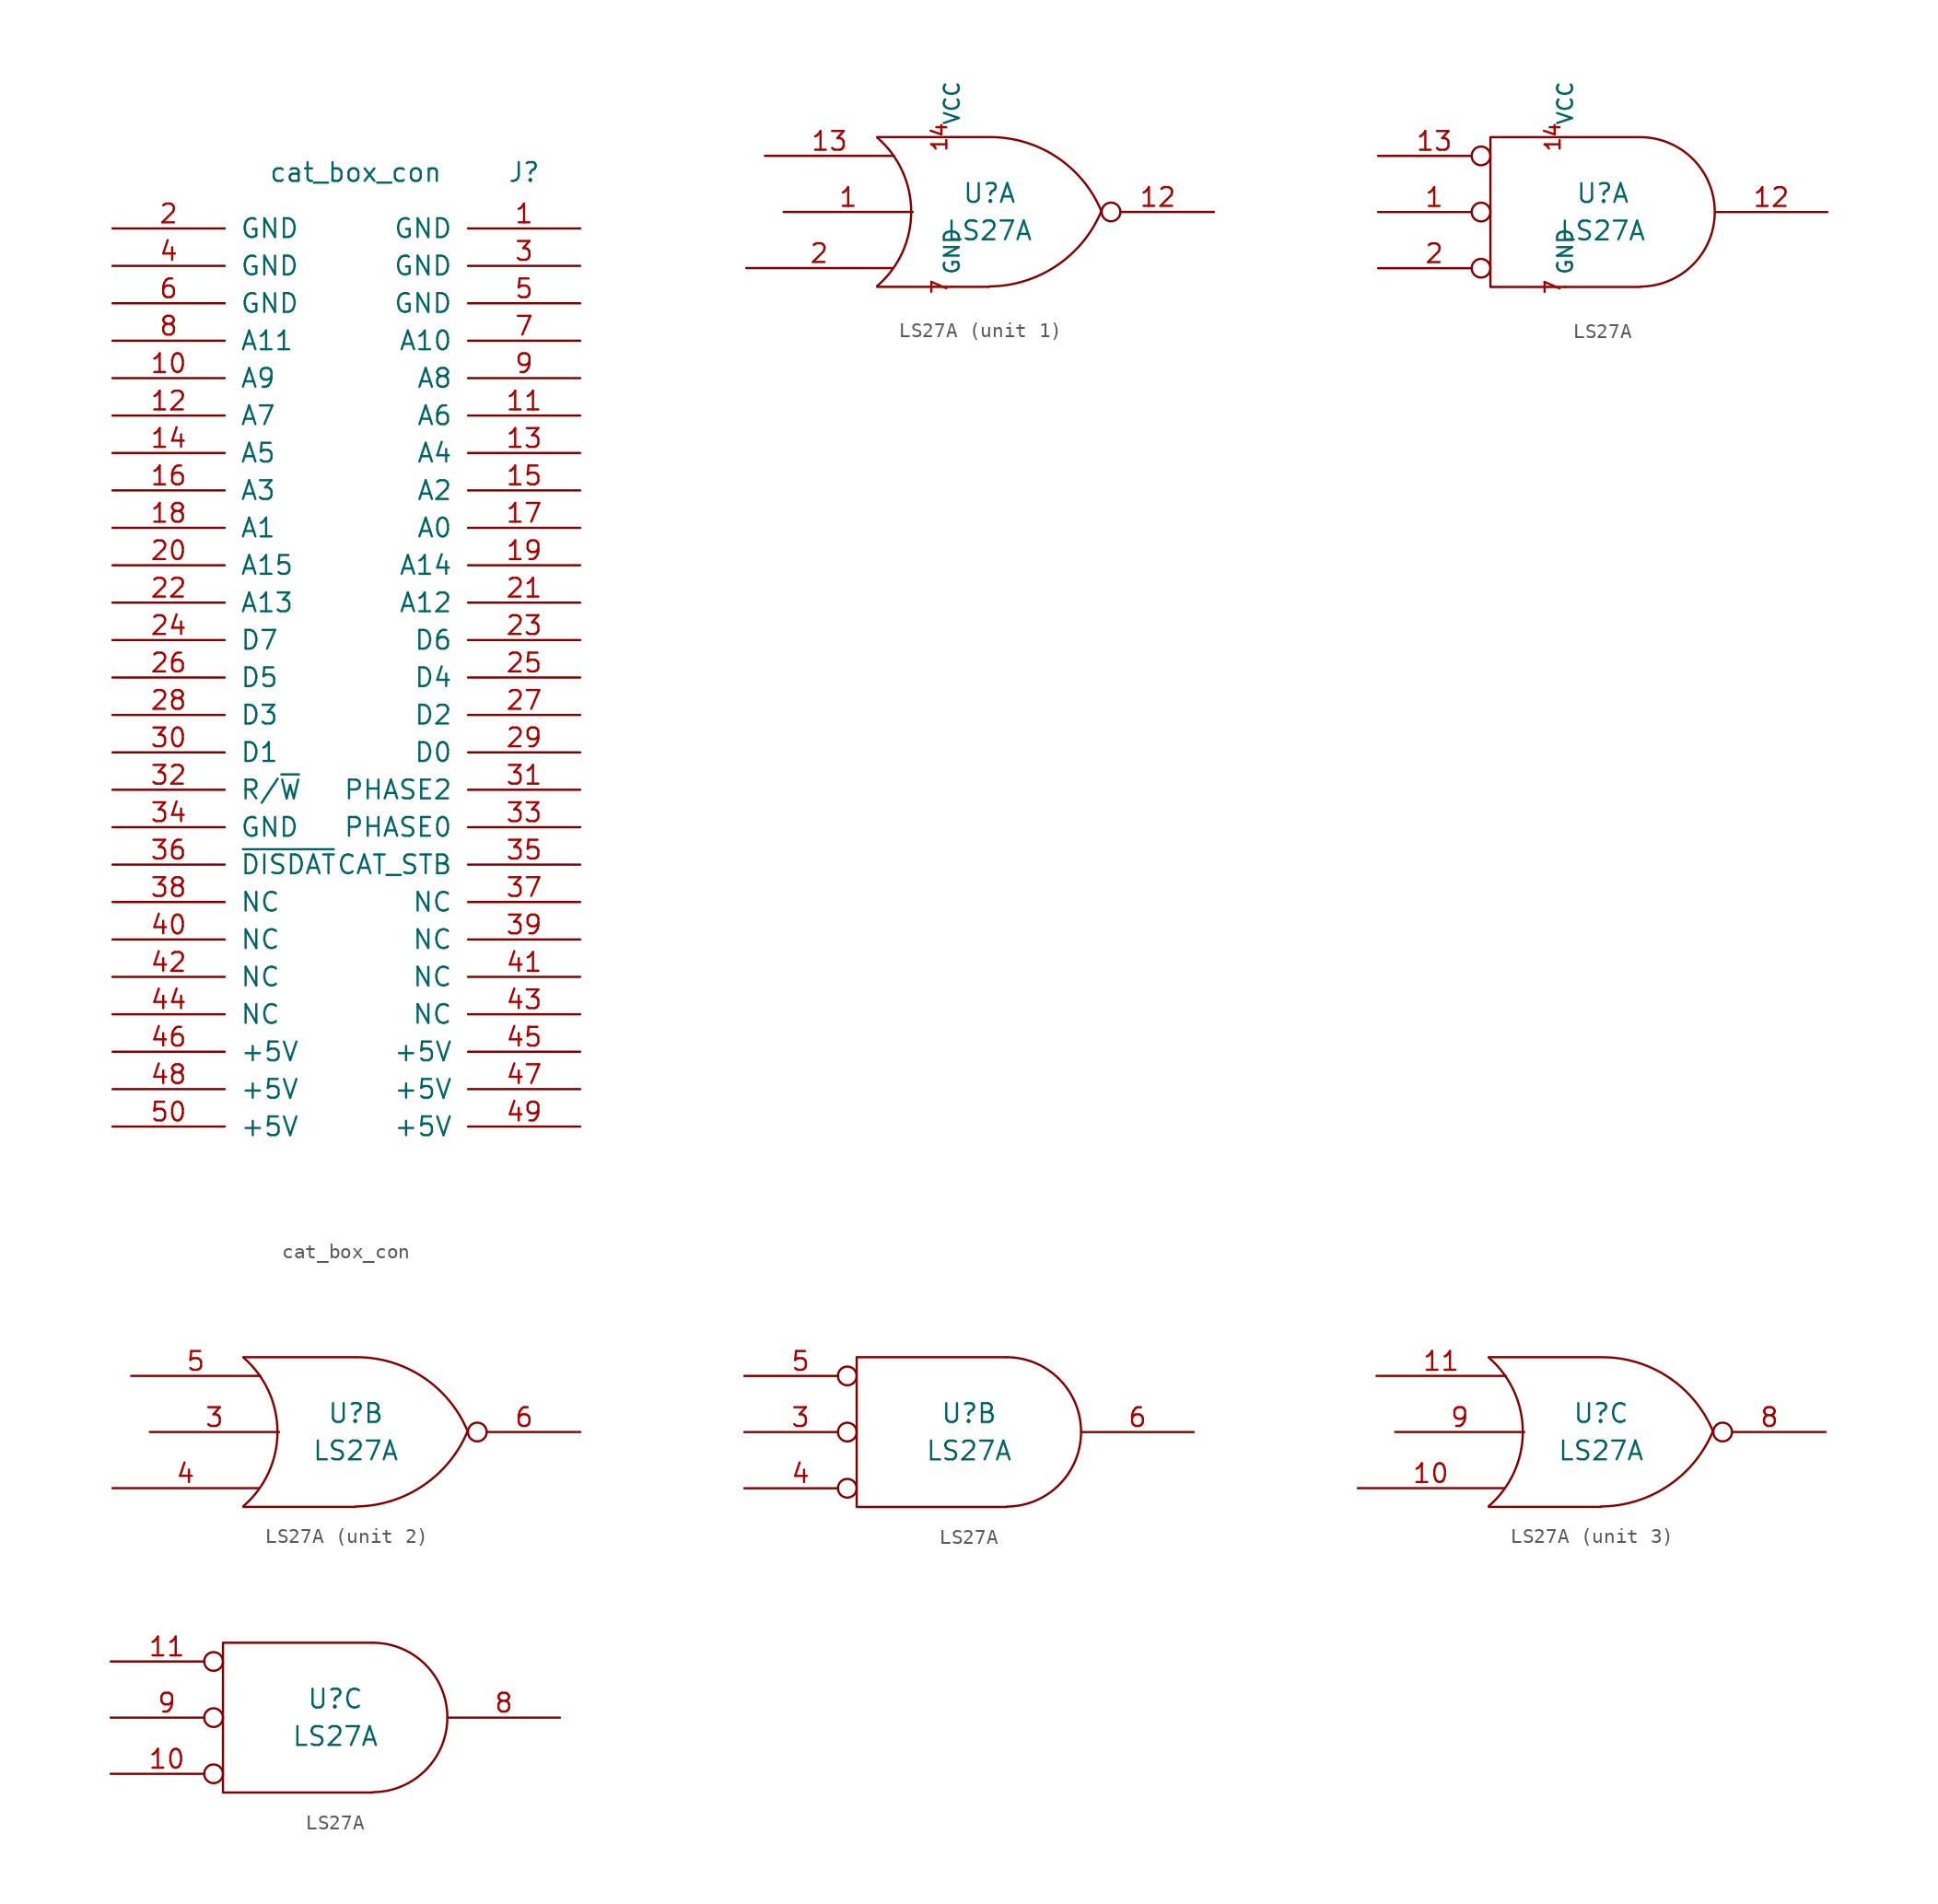
<source format=kicad_sym>
(kicad_symbol_lib
  (version 20211014)
  (generator kicad_symbol_editor)
  (symbol "cat_box_con"
    (pin_names
      (offset 1.016))
    (property "Reference" "J"
      (at 11.43 33.02 0)
      (effects (font (size 1.27 1.27))))
    (property "Value" "cat_box_con"
      (at 0 33.02 0)
      (effects (font (size 1.27 1.27))))
    (symbol "cat_box_con_1_1"
      (pin passive line (at 15.24 29.21 180) (length 7.62) (name "GND" (effects (font (size 1.27 1.27)))) (number "1" (effects (font (size 1.27 1.27)))))
      (pin passive line (at -16.51 19.05 0) (length 7.62) (name "A9" (effects (font (size 1.27 1.27)))) (number "10" (effects (font (size 1.27 1.27)))))
      (pin passive line (at 15.24 16.51 180) (length 7.62) (name "A6" (effects (font (size 1.27 1.27)))) (number "11" (effects (font (size 1.27 1.27)))))
      (pin passive line (at -16.51 16.51 0) (length 7.62) (name "A7" (effects (font (size 1.27 1.27)))) (number "12" (effects (font (size 1.27 1.27)))))
      (pin passive line (at 15.24 13.97 180) (length 7.62) (name "A4" (effects (font (size 1.27 1.27)))) (number "13" (effects (font (size 1.27 1.27)))))
      (pin passive line (at -16.51 13.97 0) (length 7.62) (name "A5" (effects (font (size 1.27 1.27)))) (number "14" (effects (font (size 1.27 1.27)))))
      (pin passive line (at 15.24 11.43 180) (length 7.62) (name "A2" (effects (font (size 1.27 1.27)))) (number "15" (effects (font (size 1.27 1.27)))))
      (pin passive line (at -16.51 11.43 0) (length 7.62) (name "A3" (effects (font (size 1.27 1.27)))) (number "16" (effects (font (size 1.27 1.27)))))
      (pin passive line (at 15.24 8.89 180) (length 7.62) (name "A0" (effects (font (size 1.27 1.27)))) (number "17" (effects (font (size 1.27 1.27)))))
      (pin passive line (at -16.51 8.89 0) (length 7.62) (name "A1" (effects (font (size 1.27 1.27)))) (number "18" (effects (font (size 1.27 1.27)))))
      (pin passive line (at 15.24 6.35 180) (length 7.62) (name "A14" (effects (font (size 1.27 1.27)))) (number "19" (effects (font (size 1.27 1.27)))))
      (pin passive line (at -16.51 29.21 0) (length 7.62) (name "GND" (effects (font (size 1.27 1.27)))) (number "2" (effects (font (size 1.27 1.27)))))
      (pin passive line (at -16.51 6.35 0) (length 7.62) (name "A15" (effects (font (size 1.27 1.27)))) (number "20" (effects (font (size 1.27 1.27)))))
      (pin passive line (at 15.24 3.81 180) (length 7.62) (name "A12" (effects (font (size 1.27 1.27)))) (number "21" (effects (font (size 1.27 1.27)))))
      (pin passive line (at -16.51 3.81 0) (length 7.62) (name "A13" (effects (font (size 1.27 1.27)))) (number "22" (effects (font (size 1.27 1.27)))))
      (pin passive line (at 15.24 1.27 180) (length 7.62) (name "D6" (effects (font (size 1.27 1.27)))) (number "23" (effects (font (size 1.27 1.27)))))
      (pin passive line (at -16.51 1.27 0) (length 7.62) (name "D7" (effects (font (size 1.27 1.27)))) (number "24" (effects (font (size 1.27 1.27)))))
      (pin passive line (at 15.24 -1.27 180) (length 7.62) (name "D4" (effects (font (size 1.27 1.27)))) (number "25" (effects (font (size 1.27 1.27)))))
      (pin passive line (at -16.51 -1.27 0) (length 7.62) (name "D5" (effects (font (size 1.27 1.27)))) (number "26" (effects (font (size 1.27 1.27)))))
      (pin passive line (at 15.24 -3.81 180) (length 7.62) (name "D2" (effects (font (size 1.27 1.27)))) (number "27" (effects (font (size 1.27 1.27)))))
      (pin passive line (at -16.51 -3.81 0) (length 7.62) (name "D3" (effects (font (size 1.27 1.27)))) (number "28" (effects (font (size 1.27 1.27)))))
      (pin passive line (at 15.24 -6.35 180) (length 7.62) (name "D0" (effects (font (size 1.27 1.27)))) (number "29" (effects (font (size 1.27 1.27)))))
      (pin passive line (at 15.24 26.67 180) (length 7.62) (name "GND" (effects (font (size 1.27 1.27)))) (number "3" (effects (font (size 1.27 1.27)))))
      (pin passive line (at -16.51 -6.35 0) (length 7.62) (name "D1" (effects (font (size 1.27 1.27)))) (number "30" (effects (font (size 1.27 1.27)))))
      (pin passive line (at 15.24 -8.89 180) (length 7.62) (name "PHASE2" (effects (font (size 1.27 1.27)))) (number "31" (effects (font (size 1.27 1.27)))))
      (pin passive line (at -16.51 -8.89 0) (length 7.62) (name "R/~{W}" (effects (font (size 1.27 1.27)))) (number "32" (effects (font (size 1.27 1.27)))))
      (pin passive line (at 15.24 -11.43 180) (length 7.62) (name "PHASE0" (effects (font (size 1.27 1.27)))) (number "33" (effects (font (size 1.27 1.27)))))
      (pin passive line (at -16.51 -11.43 0) (length 7.62) (name "GND" (effects (font (size 1.27 1.27)))) (number "34" (effects (font (size 1.27 1.27)))))
      (pin passive line (at 15.24 -13.97 180) (length 7.62) (name "CAT_STB" (effects (font (size 1.27 1.27)))) (number "35" (effects (font (size 1.27 1.27)))))
      (pin passive line (at -16.51 -13.97 0) (length 7.62) (name "~{DISDAT}" (effects (font (size 1.27 1.27)))) (number "36" (effects (font (size 1.27 1.27)))))
      (pin passive line (at 15.24 -16.51 180) (length 7.62) (name "NC" (effects (font (size 1.27 1.27)))) (number "37" (effects (font (size 1.27 1.27)))))
      (pin passive line (at -16.51 -16.51 0) (length 7.62) (name "NC" (effects (font (size 1.27 1.27)))) (number "38" (effects (font (size 1.27 1.27)))))
      (pin passive line (at 15.24 -19.05 180) (length 7.62) (name "NC" (effects (font (size 1.27 1.27)))) (number "39" (effects (font (size 1.27 1.27)))))
      (pin passive line (at -16.51 26.67 0) (length 7.62) (name "GND" (effects (font (size 1.27 1.27)))) (number "4" (effects (font (size 1.27 1.27)))))
      (pin passive line (at -16.51 -19.05 0) (length 7.62) (name "NC" (effects (font (size 1.27 1.27)))) (number "40" (effects (font (size 1.27 1.27)))))
      (pin passive line (at 15.24 -21.59 180) (length 7.62) (name "NC" (effects (font (size 1.27 1.27)))) (number "41" (effects (font (size 1.27 1.27)))))
      (pin passive line (at -16.51 -21.59 0) (length 7.62) (name "NC" (effects (font (size 1.27 1.27)))) (number "42" (effects (font (size 1.27 1.27)))))
      (pin passive line (at 15.24 -24.13 180) (length 7.62) (name "NC" (effects (font (size 1.27 1.27)))) (number "43" (effects (font (size 1.27 1.27)))))
      (pin passive line (at -16.51 -24.13 0) (length 7.62) (name "NC" (effects (font (size 1.27 1.27)))) (number "44" (effects (font (size 1.27 1.27)))))
      (pin passive line (at 15.24 -26.67 180) (length 7.62) (name "+5V" (effects (font (size 1.27 1.27)))) (number "45" (effects (font (size 1.27 1.27)))))
      (pin passive line (at -16.51 -26.67 0) (length 7.62) (name "+5V" (effects (font (size 1.27 1.27)))) (number "46" (effects (font (size 1.27 1.27)))))
      (pin passive line (at 15.24 -29.21 180) (length 7.62) (name "+5V" (effects (font (size 1.27 1.27)))) (number "47" (effects (font (size 1.27 1.27)))))
      (pin passive line (at -16.51 -29.21 0) (length 7.62) (name "+5V" (effects (font (size 1.27 1.27)))) (number "48" (effects (font (size 1.27 1.27)))))
      (pin passive line (at 15.24 -31.75 180) (length 7.62) (name "+5V" (effects (font (size 1.27 1.27)))) (number "49" (effects (font (size 1.27 1.27)))))
      (pin passive line (at 15.24 24.13 180) (length 7.62) (name "GND" (effects (font (size 1.27 1.27)))) (number "5" (effects (font (size 1.27 1.27)))))
      (pin passive line (at -16.51 -31.75 0) (length 7.62) (name "+5V" (effects (font (size 1.27 1.27)))) (number "50" (effects (font (size 1.27 1.27)))))
      (pin passive line (at -16.51 24.13 0) (length 7.62) (name "GND" (effects (font (size 1.27 1.27)))) (number "6" (effects (font (size 1.27 1.27)))))
      (pin passive line (at 15.24 21.59 180) (length 7.62) (name "A10" (effects (font (size 1.27 1.27)))) (number "7" (effects (font (size 1.27 1.27)))))
      (pin passive line (at -16.51 21.59 0) (length 7.62) (name "A11" (effects (font (size 1.27 1.27)))) (number "8" (effects (font (size 1.27 1.27)))))
      (pin passive line (at 15.24 19.05 180) (length 7.62) (name "A8" (effects (font (size 1.27 1.27)))) (number "9" (effects (font (size 1.27 1.27)))))))
  (symbol "LS27A"
    (pin_names
      (offset 0.762))
    (property "Reference" "U"
      (at 0 1.27 0)
      (effects (font (size 1.27 1.27))))
    (property "Value" "LS27A"
      (at 0 -1.27 0)
      (effects (font (size 1.27 1.27))))
    (symbol "LS27A_0_1"
      (arc (start -7.62 -5.0292) (mid -5.3094 0.0127) (end -7.62 5.0546) (stroke (width 0) (type default) (color 0 0 0 0)) (fill (type none)))
      (arc (start 0 -5.0546) (mid 4.5649 -3.6437) (end 7.5946 0.0508) (stroke (width 0) (type default) (color 0 0 0 0)) (fill (type none)))
      (polyline (pts (xy -7.62 -5.08) (xy 0 -5.08)) (stroke (width 0) (type default) (color 0 0 0 0)) (fill (type none)))
      (polyline (pts (xy -7.62 5.08) (xy 0 5.08)) (stroke (width 0) (type default) (color 0 0 0 0)) (fill (type none)))
      (arc (start 7.62 0) (mid 4.6112 3.6959) (end 0.0508 5.08) (stroke (width 0) (type default) (color 0 0 0 0)) (fill (type none))))
    (symbol "LS27A_0_2"
      (polyline (pts (xy 2.54 5.08) (xy -7.62 5.08) (xy -7.62 -5.08) (xy 2.54 -5.08)) (stroke (width 0) (type default) (color 0 0 0 0)) (fill (type none)))
      (arc (start 2.5654 -5.0546) (mid 7.5947 0.0127) (end 2.5654 5.08) (stroke (width 0) (type default) (color 0 0 0 0)) (fill (type none))))
    (symbol "LS27A_1_0"
      (pin power_in line (at -2.54 5.08 90) (length 0) (name "VCC" (effects (font (size 1.016 1.016)))) (number "14" (effects (font (size 1.016 1.016)))))
      (pin power_in line (at -2.54 -5.08 90) (length 0) (name "GND" (effects (font (size 1.016 1.016)))) (number "7" (effects (font (size 1.016 1.016))))))
    (symbol "LS27A_1_1"
      (pin input line (at -13.97 0 0) (length 8.763) (name "~" (effects (font (size 1.27 1.27)))) (number "1" (effects (font (size 1.27 1.27)))))
      (pin output inverted (at 15.24 0 180) (length 7.62) (name "~" (effects (font (size 1.27 1.27)))) (number "12" (effects (font (size 1.27 1.27)))))
      (pin input line (at -15.24 3.81 0) (length 8.763) (name "~" (effects (font (size 1.27 1.27)))) (number "13" (effects (font (size 1.27 1.27)))))
      (pin input line (at -16.51 -3.81 0) (length 9.906) (name "~" (effects (font (size 1.27 1.27)))) (number "2" (effects (font (size 1.27 1.27))))))
    (symbol "LS27A_1_2"
      (pin input inverted (at -15.24 0 0) (length 7.62) (name "~" (effects (font (size 1.27 1.27)))) (number "1" (effects (font (size 1.27 1.27)))))
      (pin output line (at 15.24 0 180) (length 7.62) (name "~" (effects (font (size 1.27 1.27)))) (number "12" (effects (font (size 1.27 1.27)))))
      (pin input inverted (at -15.24 3.81 0) (length 7.62) (name "~" (effects (font (size 1.27 1.27)))) (number "13" (effects (font (size 1.27 1.27)))))
      (pin input inverted (at -15.24 -3.81 0) (length 7.62) (name "~" (effects (font (size 1.27 1.27)))) (number "2" (effects (font (size 1.27 1.27))))))
    (symbol "LS27A_2_1"
      (pin input line (at -13.97 0 0) (length 8.763) (name "~" (effects (font (size 1.27 1.27)))) (number "3" (effects (font (size 1.27 1.27)))))
      (pin input line (at -16.51 -3.81 0) (length 9.906) (name "~" (effects (font (size 1.27 1.27)))) (number "4" (effects (font (size 1.27 1.27)))))
      (pin input line (at -15.24 3.81 0) (length 8.763) (name "~" (effects (font (size 1.27 1.27)))) (number "5" (effects (font (size 1.27 1.27)))))
      (pin output inverted (at 15.24 0 180) (length 7.62) (name "~" (effects (font (size 1.27 1.27)))) (number "6" (effects (font (size 1.27 1.27))))))
    (symbol "LS27A_2_2"
      (pin input inverted (at -15.24 0 0) (length 7.62) (name "~" (effects (font (size 1.27 1.27)))) (number "3" (effects (font (size 1.27 1.27)))))
      (pin input inverted (at -15.24 -3.81 0) (length 7.62) (name "~" (effects (font (size 1.27 1.27)))) (number "4" (effects (font (size 1.27 1.27)))))
      (pin input inverted (at -15.24 3.81 0) (length 7.62) (name "~" (effects (font (size 1.27 1.27)))) (number "5" (effects (font (size 1.27 1.27)))))
      (pin output line (at 15.24 0 180) (length 7.62) (name "~" (effects (font (size 1.27 1.27)))) (number "6" (effects (font (size 1.27 1.27))))))
    (symbol "LS27A_3_1"
      (pin input line (at -16.51 -3.81 0) (length 9.906) (name "~" (effects (font (size 1.27 1.27)))) (number "10" (effects (font (size 1.27 1.27)))))
      (pin input line (at -15.24 3.81 0) (length 8.763) (name "~" (effects (font (size 1.27 1.27)))) (number "11" (effects (font (size 1.27 1.27)))))
      (pin output inverted (at 15.24 0 180) (length 7.62) (name "~" (effects (font (size 1.27 1.27)))) (number "8" (effects (font (size 1.27 1.27)))))
      (pin input line (at -13.97 0 0) (length 8.763) (name "~" (effects (font (size 1.27 1.27)))) (number "9" (effects (font (size 1.27 1.27))))))
    (symbol "LS27A_3_2"
      (pin input inverted (at -15.24 -3.81 0) (length 7.62) (name "~" (effects (font (size 1.27 1.27)))) (number "10" (effects (font (size 1.27 1.27)))))
      (pin input inverted (at -15.24 3.81 0) (length 7.62) (name "~" (effects (font (size 1.27 1.27)))) (number "11" (effects (font (size 1.27 1.27)))))
      (pin output line (at 15.24 0 180) (length 7.62) (name "~" (effects (font (size 1.27 1.27)))) (number "8" (effects (font (size 1.27 1.27)))))
      (pin input inverted (at -15.24 0 0) (length 7.62) (name "~" (effects (font (size 1.27 1.27)))) (number "9" (effects (font (size 1.27 1.27))))))))
</source>
